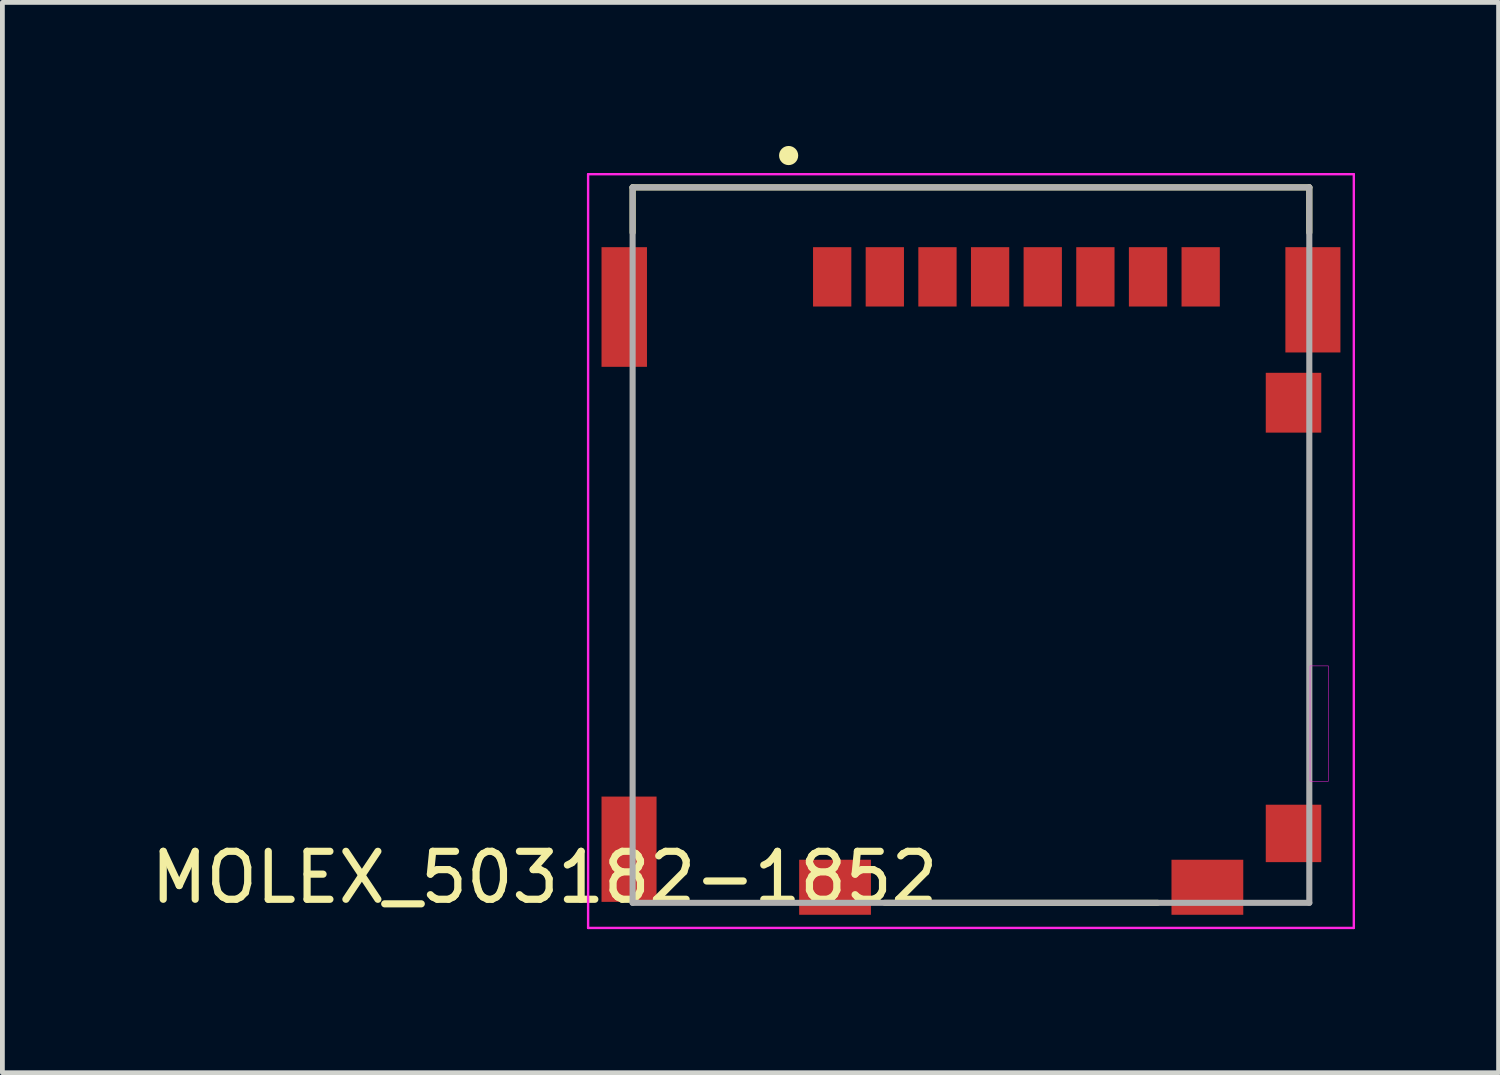
<source format=kicad_pcb>
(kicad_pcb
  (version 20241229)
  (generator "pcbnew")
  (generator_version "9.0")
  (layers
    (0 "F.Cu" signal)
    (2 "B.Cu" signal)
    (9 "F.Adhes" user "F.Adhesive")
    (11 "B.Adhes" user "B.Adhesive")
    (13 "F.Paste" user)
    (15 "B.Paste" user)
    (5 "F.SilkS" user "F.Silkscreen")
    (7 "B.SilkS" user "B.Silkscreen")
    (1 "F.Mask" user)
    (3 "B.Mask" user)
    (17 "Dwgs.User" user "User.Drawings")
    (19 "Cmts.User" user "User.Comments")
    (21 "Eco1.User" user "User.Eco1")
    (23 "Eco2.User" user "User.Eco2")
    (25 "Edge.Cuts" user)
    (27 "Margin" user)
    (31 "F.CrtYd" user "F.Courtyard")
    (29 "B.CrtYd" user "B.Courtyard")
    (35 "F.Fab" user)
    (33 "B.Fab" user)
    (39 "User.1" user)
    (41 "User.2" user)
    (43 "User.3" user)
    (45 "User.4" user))
  (footprint "MOLEX_503182-1852"
    (layer "F.Cu")
    (at 17.239 9.09)
    (property "Reference" "MOLEX_503182-1852" (at -8.91 6.195 180) (layer "F.SilkS") (effects (font (size 1.002 1.002) (thickness 0.15))))
    (attr smd)
    (fp_line (start -7.07 -8.225) (end 7.07 -8.225) (stroke (width 0.127) (type solid)) (layer "F.SilkS"))
    (fp_line (start -7.07 -7.28) (end -7.07 -8.225) (stroke (width 0.127) (type solid)) (layer "F.SilkS"))
    (fp_line (start -1.8 6.725) (end 3.9 6.725) (stroke (width 0.127) (type solid)) (layer "F.SilkS"))
    (fp_line (start 7.07 -8.225) (end 7.07 -7.28) (stroke (width 0.127) (type solid)) (layer "F.SilkS"))
    (fp_circle (center -3.81 -8.89) (end -3.71 -8.89) (stroke (width 0.2) (type solid)) (fill no) (layer "F.SilkS"))
    (fp_line (start -8 -8.5) (end -8 7.25) (stroke (width 0.05) (type solid)) (layer "F.CrtYd"))
    (fp_line (start -8 7.25) (end 8 7.25) (stroke (width 0.05) (type solid)) (layer "F.CrtYd"))
    (fp_line (start 8 -8.5) (end -8 -8.5) (stroke (width 0.05) (type solid)) (layer "F.CrtYd"))
    (fp_line (start 8 7.25) (end 8 -8.5) (stroke (width 0.05) (type solid)) (layer "F.CrtYd"))
    (fp_poly (pts (xy 7.085 1.775) (xy 7.47 1.775) (xy 7.47 4.184) (xy 7.085 4.184)) (stroke (width 0.01) (type solid)) (fill no) (layer "F.CrtYd"))
    (fp_line (start -7.07 -8.225) (end 7.07 -8.225) (stroke (width 0.127) (type solid)) (layer "F.Fab"))
    (fp_line (start -7.07 6.725) (end -7.07 -8.225) (stroke (width 0.127) (type solid)) (layer "F.Fab"))
    (fp_line (start 7.07 -8.225) (end 7.07 6.725) (stroke (width 0.127) (type solid)) (layer "F.Fab"))
    (fp_line (start 7.07 6.725) (end -7.07 6.725) (stroke (width 0.127) (type solid)) (layer "F.Fab"))
    (pad "1" smd rect (at -2.9 -6.355) (size 0.8 1.24) (layers "F.Cu" "F.Mask" "F.Paste"))
    (pad "2" smd rect (at -1.8 -6.355) (size 0.8 1.24) (layers "F.Cu" "F.Mask" "F.Paste"))
    (pad "3" smd rect (at -0.7 -6.355) (size 0.8 1.24) (layers "F.Cu" "F.Mask" "F.Paste"))
    (pad "4" smd rect (at 0.4 -6.355) (size 0.8 1.24) (layers "F.Cu" "F.Mask" "F.Paste"))
    (pad "5" smd rect (at 1.5 -6.355) (size 0.8 1.24) (layers "F.Cu" "F.Mask" "F.Paste"))
    (pad "6" smd rect (at 2.6 -6.355) (size 0.8 1.24) (layers "F.Cu" "F.Mask" "F.Paste"))
    (pad "7" smd rect (at 3.7 -6.355) (size 0.8 1.24) (layers "F.Cu" "F.Mask" "F.Paste"))
    (pad "8" smd rect (at 4.8 -6.355) (size 0.8 1.24) (layers "F.Cu" "F.Mask" "F.Paste"))
    (pad "DT" smd rect (at 6.74 5.275) (size 1.16 1.2) (layers "F.Cu" "F.Mask" "F.Paste"))
    (pad "P1" smd rect (at -7.245 -5.725) (size 0.95 2.5) (layers "F.Cu" "F.Mask" "F.Paste"))
    (pad "P2" smd rect (at 7.145 -5.875) (size 1.15 2.2) (layers "F.Cu" "F.Mask" "F.Paste"))
    (pad "P3" smd rect (at -7.145 5.605) (size 1.15 2.2) (layers "F.Cu" "F.Mask" "F.Paste"))
    (pad "P4" smd rect (at -2.84 6.4) (size 1.5 1.15) (layers "F.Cu" "F.Mask" "F.Paste"))
    (pad "P5" smd rect (at 4.94 6.4) (size 1.5 1.15) (layers "F.Cu" "F.Mask" "F.Paste"))
    (pad "SW" smd rect (at 6.74 -3.725) (size 1.16 1.25) (layers "F.Cu" "F.Mask" "F.Paste")))
  (gr_rect
    (start -3 -3)
    (end 28.264 19.365)
    (stroke (width 0.1) (type default))
    (fill no)
    (layer "Edge.Cuts")))
</source>
